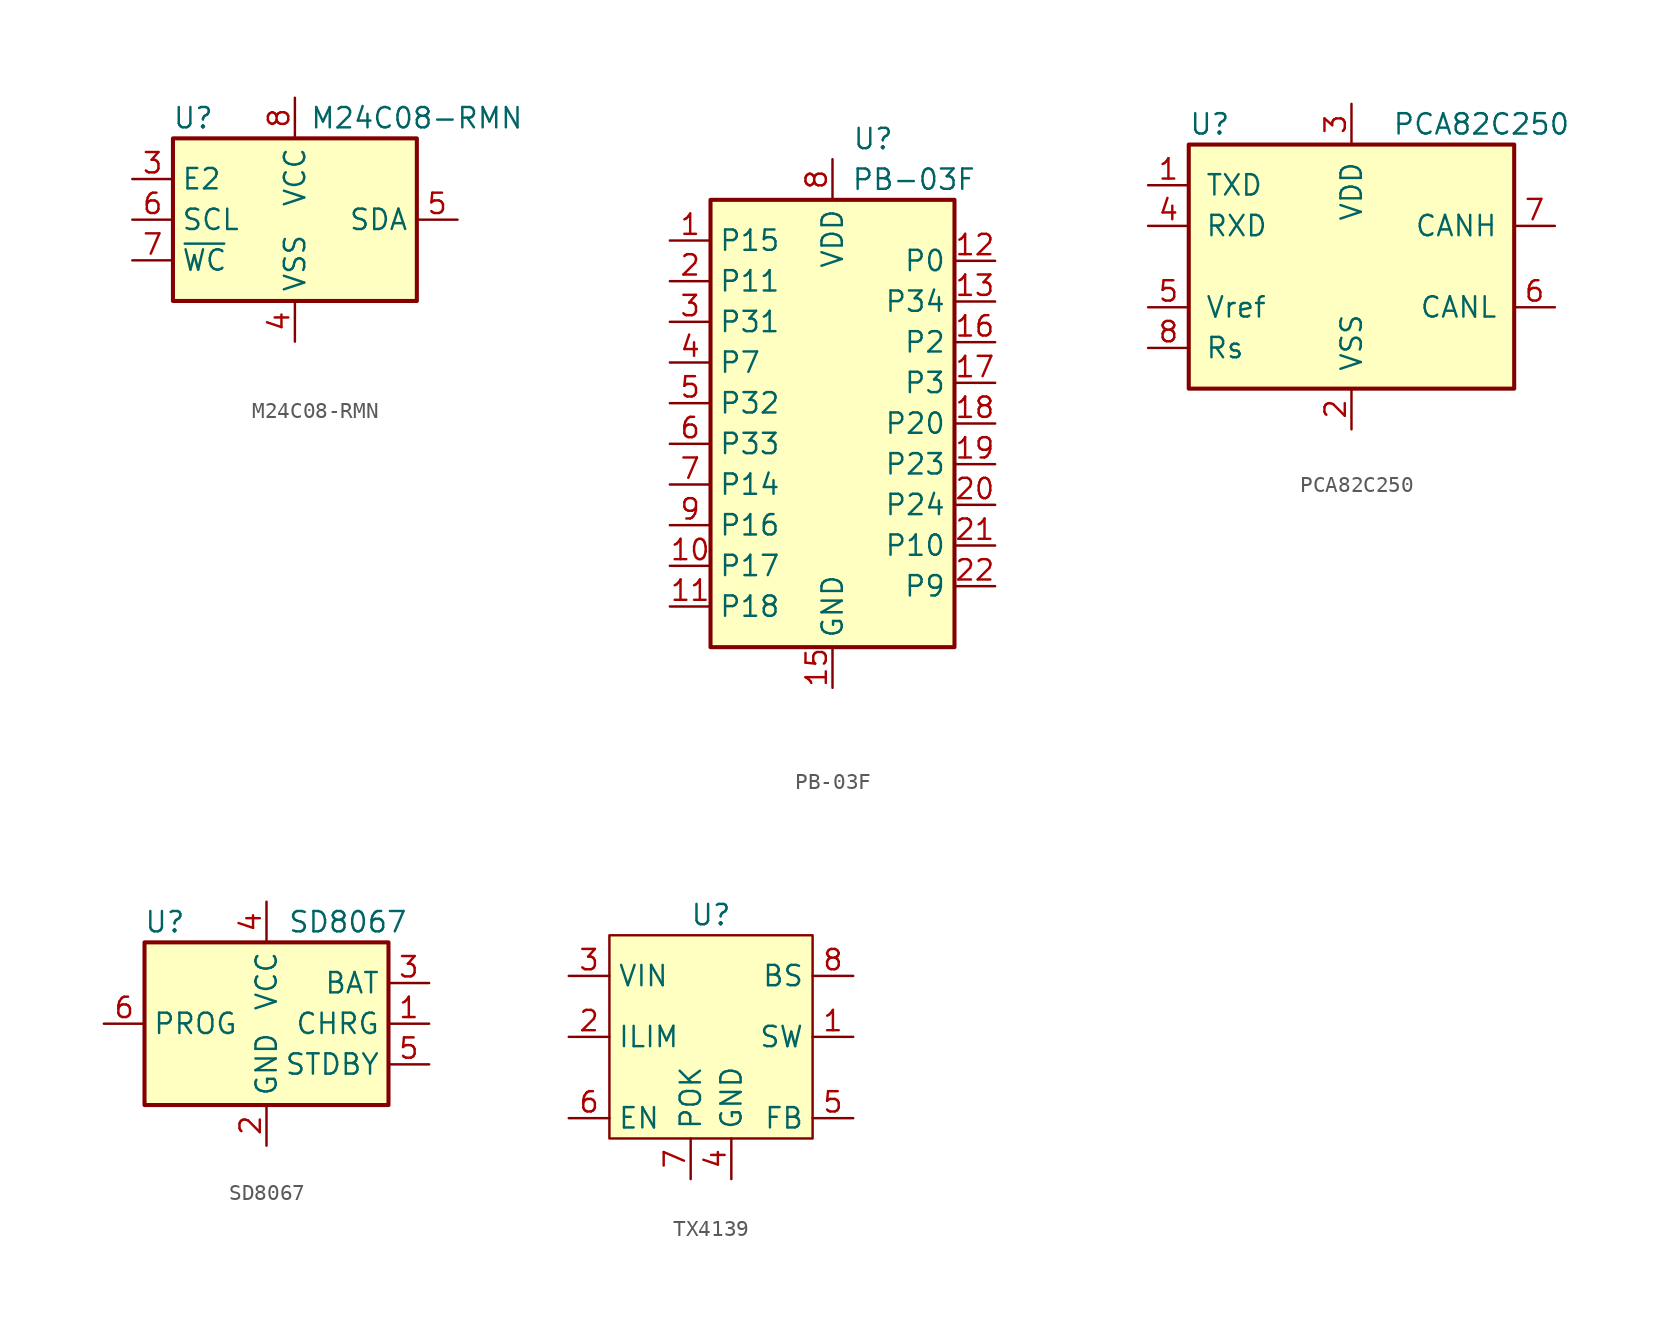
<source format=kicad_sym>
(kicad_symbol_lib
  (version 20220914)
  (generator kicad_symbol_editor)
  (symbol "M24C08-RMN"
    (property "Reference" "U"
      (at -6.35 6.35 0)
      (effects (font (size 1.27 1.27))))
    (property "Value" "M24C08-RMN"
      (at 7.62 6.35 0)
      (effects (font (size 1.27 1.27))))
    (symbol "M24C08-RMN_0_1"
      (rectangle (start -7.62 5.08) (end 7.62 -5.08) (stroke (width 0.254) (type default)) (fill (type background))))
    (symbol "M24C08-RMN_1_1"
      (pin passive line (at -11.43 -8.89 0) (length 2.54) hide (name "NC" (effects (font (size 1.27 1.27)))) (number "1" (effects (font (size 1.27 1.27)))))
      (pin no_connect line (at -11.43 -8.89 0) (length 2.54) hide (name "NC" (effects (font (size 1.27 1.27)))) (number "2" (effects (font (size 1.27 1.27)))))
      (pin input line (at -10.16 2.54 0) (length 2.54) (name "E2" (effects (font (size 1.27 1.27)))) (number "3" (effects (font (size 1.27 1.27)))))
      (pin power_in line (at 0 -7.62 90) (length 2.54) (name "VSS" (effects (font (size 1.27 1.27)))) (number "4" (effects (font (size 1.27 1.27)))))
      (pin bidirectional line (at 10.16 0 180) (length 2.54) (name "SDA" (effects (font (size 1.27 1.27)))) (number "5" (effects (font (size 1.27 1.27)))))
      (pin input line (at -10.16 0 0) (length 2.54) (name "SCL" (effects (font (size 1.27 1.27)))) (number "6" (effects (font (size 1.27 1.27)))))
      (pin input line (at -10.16 -2.54 0) (length 2.54) (name "~{WC}" (effects (font (size 1.27 1.27)))) (number "7" (effects (font (size 1.27 1.27)))))
      (pin power_in line (at 0 7.62 270) (length 2.54) (name "VCC" (effects (font (size 1.27 1.27)))) (number "8" (effects (font (size 1.27 1.27)))))))
  (symbol "PB-03F"
    (property "Reference" "U"
      (at 2.54 17.78 0)
      (effects (font (size 1.27 1.27))))
    (property "Value" "PB-03F"
      (at 5.08 15.24 0)
      (effects (font (size 1.27 1.27))))
    (symbol "PB-03F_0_1"
      (rectangle (start -7.62 13.97) (end 7.62 -13.97) (stroke (width 0.254) (type default)) (fill (type background))))
    (symbol "PB-03F_1_0"
      (pin bidirectional line (at 10.16 2.54 180) (length 2.54) (name "P3" (effects (font (size 1.27 1.27)))) (number "17" (effects (font (size 1.27 1.27)))))
      (pin bidirectional line (at 10.16 0 180) (length 2.54) (name "P20" (effects (font (size 1.27 1.27)))) (number "18" (effects (font (size 1.27 1.27)))))
      (pin bidirectional line (at 10.16 -2.54 180) (length 2.54) (name "P23" (effects (font (size 1.27 1.27)))) (number "19" (effects (font (size 1.27 1.27)))))
      (pin bidirectional line (at 10.16 -5.08 180) (length 2.54) (name "P24" (effects (font (size 1.27 1.27)))) (number "20" (effects (font (size 1.27 1.27)))))
      (pin bidirectional line (at 10.16 -7.62 180) (length 2.54) (name "P10" (effects (font (size 1.27 1.27)))) (number "21" (effects (font (size 1.27 1.27)))))
      (pin bidirectional line (at 10.16 -10.16 180) (length 2.54) (name "P9" (effects (font (size 1.27 1.27)))) (number "22" (effects (font (size 1.27 1.27))))))
    (symbol "PB-03F_1_1"
      (pin bidirectional line (at -10.16 11.43 0) (length 2.54) (name "P15" (effects (font (size 1.27 1.27)))) (number "1" (effects (font (size 1.27 1.27)))))
      (pin bidirectional line (at -10.16 -8.89 0) (length 2.54) (name "P17" (effects (font (size 1.27 1.27)))) (number "10" (effects (font (size 1.27 1.27)))))
      (pin bidirectional line (at -10.16 -11.43 0) (length 2.54) (name "P18" (effects (font (size 1.27 1.27)))) (number "11" (effects (font (size 1.27 1.27)))))
      (pin bidirectional line (at 10.16 10.16 180) (length 2.54) (name "P0" (effects (font (size 1.27 1.27)))) (number "12" (effects (font (size 1.27 1.27)))))
      (pin bidirectional line (at 10.16 7.62 180) (length 2.54) (name "P34" (effects (font (size 1.27 1.27)))) (number "13" (effects (font (size 1.27 1.27)))))
      (pin no_connect line (at -8.89 -17.78 0) (length 2.54) hide (name "NC" (effects (font (size 1.27 1.27)))) (number "14" (effects (font (size 1.27 1.27)))))
      (pin power_in line (at 0 -16.51 90) (length 2.54) (name "GND" (effects (font (size 1.27 1.27)))) (number "15" (effects (font (size 1.27 1.27)))))
      (pin bidirectional line (at 10.16 5.08 180) (length 2.54) (name "P2" (effects (font (size 1.27 1.27)))) (number "16" (effects (font (size 1.27 1.27)))))
      (pin bidirectional line (at -10.16 8.89 0) (length 2.54) (name "P11" (effects (font (size 1.27 1.27)))) (number "2" (effects (font (size 1.27 1.27)))))
      (pin bidirectional line (at -10.16 6.35 0) (length 2.54) (name "P31" (effects (font (size 1.27 1.27)))) (number "3" (effects (font (size 1.27 1.27)))))
      (pin bidirectional line (at -10.16 3.81 0) (length 2.54) (name "P7" (effects (font (size 1.27 1.27)))) (number "4" (effects (font (size 1.27 1.27)))))
      (pin bidirectional line (at -10.16 1.27 0) (length 2.54) (name "P32" (effects (font (size 1.27 1.27)))) (number "5" (effects (font (size 1.27 1.27)))))
      (pin bidirectional line (at -10.16 -1.27 0) (length 2.54) (name "P33" (effects (font (size 1.27 1.27)))) (number "6" (effects (font (size 1.27 1.27)))))
      (pin bidirectional line (at -10.16 -3.81 0) (length 2.54) (name "P14" (effects (font (size 1.27 1.27)))) (number "7" (effects (font (size 1.27 1.27)))))
      (pin power_in line (at 0 16.51 270) (length 2.54) (name "VDD" (effects (font (size 1.27 1.27)))) (number "8" (effects (font (size 1.27 1.27)))))
      (pin bidirectional line (at -10.16 -6.35 0) (length 2.54) (name "P16" (effects (font (size 1.27 1.27)))) (number "9" (effects (font (size 1.27 1.27)))))))
  (symbol "PCA82C250"
    (pin_names
      (offset 1.016))
    (property "Reference" "U"
      (at -10.16 8.89 0)
      (effects (font (size 1.27 1.27)) (justify left)))
    (property "Value" "PCA82C250"
      (at 2.54 8.89 0)
      (effects (font (size 1.27 1.27)) (justify left)))
    (symbol "PCA82C250_0_1"
      (rectangle (start -10.16 7.62) (end 10.16 -7.62) (stroke (width 0.254) (type default)) (fill (type background))))
    (symbol "PCA82C250_1_1"
      (pin input line (at -12.7 5.08 0) (length 2.54) (name "TXD" (effects (font (size 1.27 1.27)))) (number "1" (effects (font (size 1.27 1.27)))))
      (pin power_in line (at 0 -10.16 90) (length 2.54) (name "VSS" (effects (font (size 1.27 1.27)))) (number "2" (effects (font (size 1.27 1.27)))))
      (pin power_in line (at 0 10.16 270) (length 2.54) (name "VDD" (effects (font (size 1.27 1.27)))) (number "3" (effects (font (size 1.27 1.27)))))
      (pin output line (at -12.7 2.54 0) (length 2.54) (name "RXD" (effects (font (size 1.27 1.27)))) (number "4" (effects (font (size 1.27 1.27)))))
      (pin input line (at -12.7 -2.54 0) (length 2.54) (name "Vref" (effects (font (size 1.27 1.27)))) (number "5" (effects (font (size 1.27 1.27)))))
      (pin bidirectional line (at 12.7 -2.54 180) (length 2.54) (name "CANL" (effects (font (size 1.27 1.27)))) (number "6" (effects (font (size 1.27 1.27)))))
      (pin bidirectional line (at 12.7 2.54 180) (length 2.54) (name "CANH" (effects (font (size 1.27 1.27)))) (number "7" (effects (font (size 1.27 1.27)))))
      (pin input line (at -12.7 -5.08 0) (length 2.54) (name "Rs" (effects (font (size 1.27 1.27)))) (number "8" (effects (font (size 1.27 1.27)))))))
  (symbol "SD8067"
    (property "Reference" "U"
      (at -6.35 6.35 0)
      (effects (font (size 1.27 1.27))))
    (property "Value" "SD8067"
      (at 5.08 6.35 0)
      (effects (font (size 1.27 1.27))))
    (symbol "SD8067_0_1"
      (rectangle (start -7.62 5.08) (end 7.62 -5.08) (stroke (width 0.254) (type default)) (fill (type background))))
    (symbol "SD8067_1_1"
      (pin open_collector line (at 10.16 0 180) (length 2.54) (name "CHRG" (effects (font (size 1.27 1.27)))) (number "1" (effects (font (size 1.27 1.27)))))
      (pin power_in line (at 0 -7.62 90) (length 2.54) (name "GND" (effects (font (size 1.27 1.27)))) (number "2" (effects (font (size 1.27 1.27)))))
      (pin power_out line (at 10.16 2.54 180) (length 2.54) (name "BAT" (effects (font (size 1.27 1.27)))) (number "3" (effects (font (size 1.27 1.27)))))
      (pin power_in line (at 0 7.62 270) (length 2.54) (name "VCC" (effects (font (size 1.27 1.27)))) (number "4" (effects (font (size 1.27 1.27)))))
      (pin open_collector line (at 10.16 -2.54 180) (length 2.54) (name "STDBY" (effects (font (size 1.27 1.27)))) (number "5" (effects (font (size 1.27 1.27)))))
      (pin input line (at -10.16 0 0) (length 2.54) (name "PROG" (effects (font (size 1.27 1.27)))) (number "6" (effects (font (size 1.27 1.27)))))))
  (symbol "TX4139"
    (property "Reference" "U"
      (at 0 10.16 0)
      (effects (font (size 1.27 1.27))))
    (property "Value" ""
      (at 0 -5.08 0)
      (effects (font (size 1.27 1.27))))
    (symbol "TX4139_0_1"
      (rectangle (start -6.35 8.89) (end 6.35 -3.81) (stroke (width 0) (type default)) (fill (type background))))
    (symbol "TX4139_1_1"
      (pin output line (at 8.89 2.54 180) (length 2.54) (name "SW" (effects (font (size 1.27 1.27)))) (number "1" (effects (font (size 1.27 1.27)))))
      (pin input line (at -8.89 2.54 0) (length 2.54) (name "ILIM" (effects (font (size 1.27 1.27)))) (number "2" (effects (font (size 1.27 1.27)))))
      (pin power_in line (at -8.89 6.35 0) (length 2.54) (name "VIN" (effects (font (size 1.27 1.27)))) (number "3" (effects (font (size 1.27 1.27)))))
      (pin power_in line (at 1.27 -6.35 90) (length 2.54) (name "GND" (effects (font (size 1.27 1.27)))) (number "4" (effects (font (size 1.27 1.27)))))
      (pin input line (at 8.89 -2.54 180) (length 2.54) (name "FB" (effects (font (size 1.27 1.27)))) (number "5" (effects (font (size 1.27 1.27)))))
      (pin input line (at -8.89 -2.54 0) (length 2.54) (name "EN" (effects (font (size 1.27 1.27)))) (number "6" (effects (font (size 1.27 1.27)))))
      (pin open_collector line (at -1.27 -6.35 90) (length 2.54) (name "POK" (effects (font (size 1.27 1.27)))) (number "7" (effects (font (size 1.27 1.27)))))
      (pin output line (at 8.89 6.35 180) (length 2.54) (name "BS" (effects (font (size 1.27 1.27)))) (number "8" (effects (font (size 1.27 1.27))))))))
</source>
